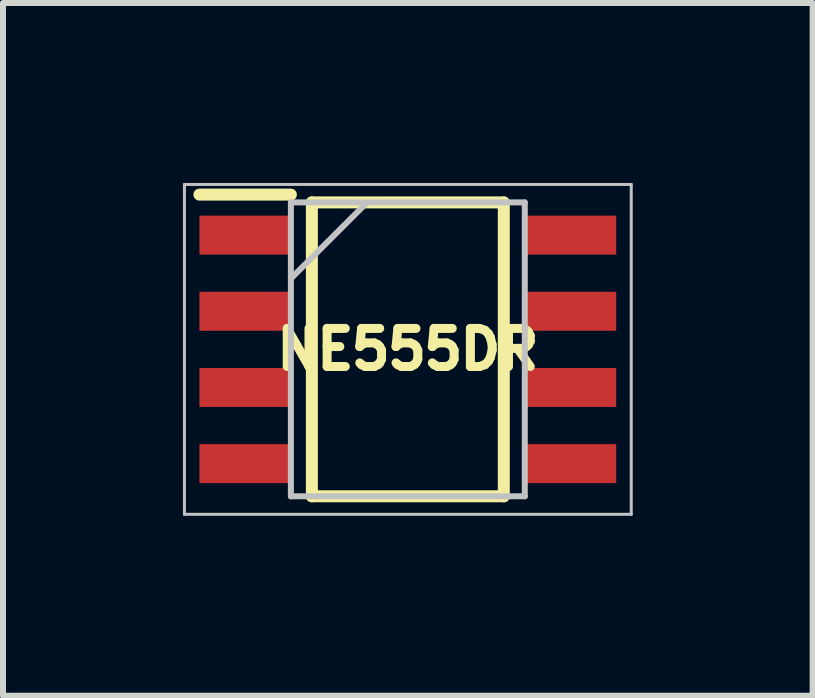
<source format=kicad_pcb>
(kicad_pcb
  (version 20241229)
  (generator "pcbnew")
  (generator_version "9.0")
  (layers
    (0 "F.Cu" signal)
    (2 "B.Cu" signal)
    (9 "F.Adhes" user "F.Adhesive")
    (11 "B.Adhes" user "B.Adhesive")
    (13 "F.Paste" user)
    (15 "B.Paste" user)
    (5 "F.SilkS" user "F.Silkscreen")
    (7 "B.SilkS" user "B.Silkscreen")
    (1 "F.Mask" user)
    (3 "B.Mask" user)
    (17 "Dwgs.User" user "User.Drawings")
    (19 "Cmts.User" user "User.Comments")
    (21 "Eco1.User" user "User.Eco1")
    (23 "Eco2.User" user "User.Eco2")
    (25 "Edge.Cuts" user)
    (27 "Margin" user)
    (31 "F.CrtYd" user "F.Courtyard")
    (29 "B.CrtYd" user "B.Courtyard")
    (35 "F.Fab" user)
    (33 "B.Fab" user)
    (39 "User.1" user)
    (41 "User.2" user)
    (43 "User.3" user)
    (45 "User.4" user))
  (footprint "NE555DR"
    (layer "F.Cu")
    (at 3.75 2.775)
    (property "Reference" "NE555DR" (at 0 0 0) (layer "F.SilkS") (effects (font (size 0.635 0.635) (thickness 0.15))))
    (attr smd)
    (fp_line (start -3.475 -2.58) (end -1.95 -2.58) (stroke (width 0.2) (type solid)) (layer "F.SilkS"))
    (fp_line (start -1.6 -2.45) (end 1.6 -2.45) (stroke (width 0.2) (type solid)) (layer "F.SilkS"))
    (fp_line (start -1.6 2.45) (end -1.6 -2.45) (stroke (width 0.2) (type solid)) (layer "F.SilkS"))
    (fp_line (start 1.6 -2.45) (end 1.6 2.45) (stroke (width 0.2) (type solid)) (layer "F.SilkS"))
    (fp_line (start 1.6 2.45) (end -1.6 2.45) (stroke (width 0.2) (type solid)) (layer "F.SilkS"))
    (fp_line (start -3.725 -2.75) (end 3.725 -2.75) (stroke (width 0.05) (type solid)) (layer "Dwgs.User"))
    (fp_line (start -3.725 2.75) (end -3.725 -2.75) (stroke (width 0.05) (type solid)) (layer "Dwgs.User"))
    (fp_line (start -1.95 -2.45) (end 1.95 -2.45) (stroke (width 0.1) (type solid)) (layer "Dwgs.User"))
    (fp_line (start -1.95 -1.18) (end -0.68 -2.45) (stroke (width 0.1) (type solid)) (layer "Dwgs.User"))
    (fp_line (start -1.95 2.45) (end -1.95 -2.45) (stroke (width 0.1) (type solid)) (layer "Dwgs.User"))
    (fp_line (start 1.95 -2.45) (end 1.95 2.45) (stroke (width 0.1) (type solid)) (layer "Dwgs.User"))
    (fp_line (start 1.95 2.45) (end -1.95 2.45) (stroke (width 0.1) (type solid)) (layer "Dwgs.User"))
    (fp_line (start 3.725 -2.75) (end 3.725 2.75) (stroke (width 0.05) (type solid)) (layer "Dwgs.User"))
    (fp_line (start 3.725 2.75) (end -3.725 2.75) (stroke (width 0.05) (type solid)) (layer "Dwgs.User"))
    (pad "1" smd rect (at -2.712 -1.905 90) (size 0.65 1.525) (layers "F.Cu" "F.Paste"))
    (pad "2" smd rect (at -2.712 -0.635 90) (size 0.65 1.525) (layers "F.Cu" "F.Paste"))
    (pad "3" smd rect (at -2.712 0.635 90) (size 0.65 1.525) (layers "F.Cu" "F.Paste"))
    (pad "4" smd rect (at -2.712 1.905 90) (size 0.65 1.525) (layers "F.Cu" "F.Paste"))
    (pad "5" smd rect (at 2.712 1.905 90) (size 0.65 1.525) (layers "F.Cu" "F.Paste"))
    (pad "6" smd rect (at 2.712 0.635 90) (size 0.65 1.525) (layers "F.Cu" "F.Paste"))
    (pad "7" smd rect (at 2.712 -0.635 90) (size 0.65 1.525) (layers "F.Cu" "F.Paste"))
    (pad "8" smd rect (at 2.712 -1.905 90) (size 0.65 1.525) (layers "F.Cu" "F.Paste")))
  (gr_rect
    (start -3 -3)
    (end 10.5 8.55)
    (stroke (width 0.1) (type default))
    (fill no)
    (layer "Edge.Cuts")))
</source>
